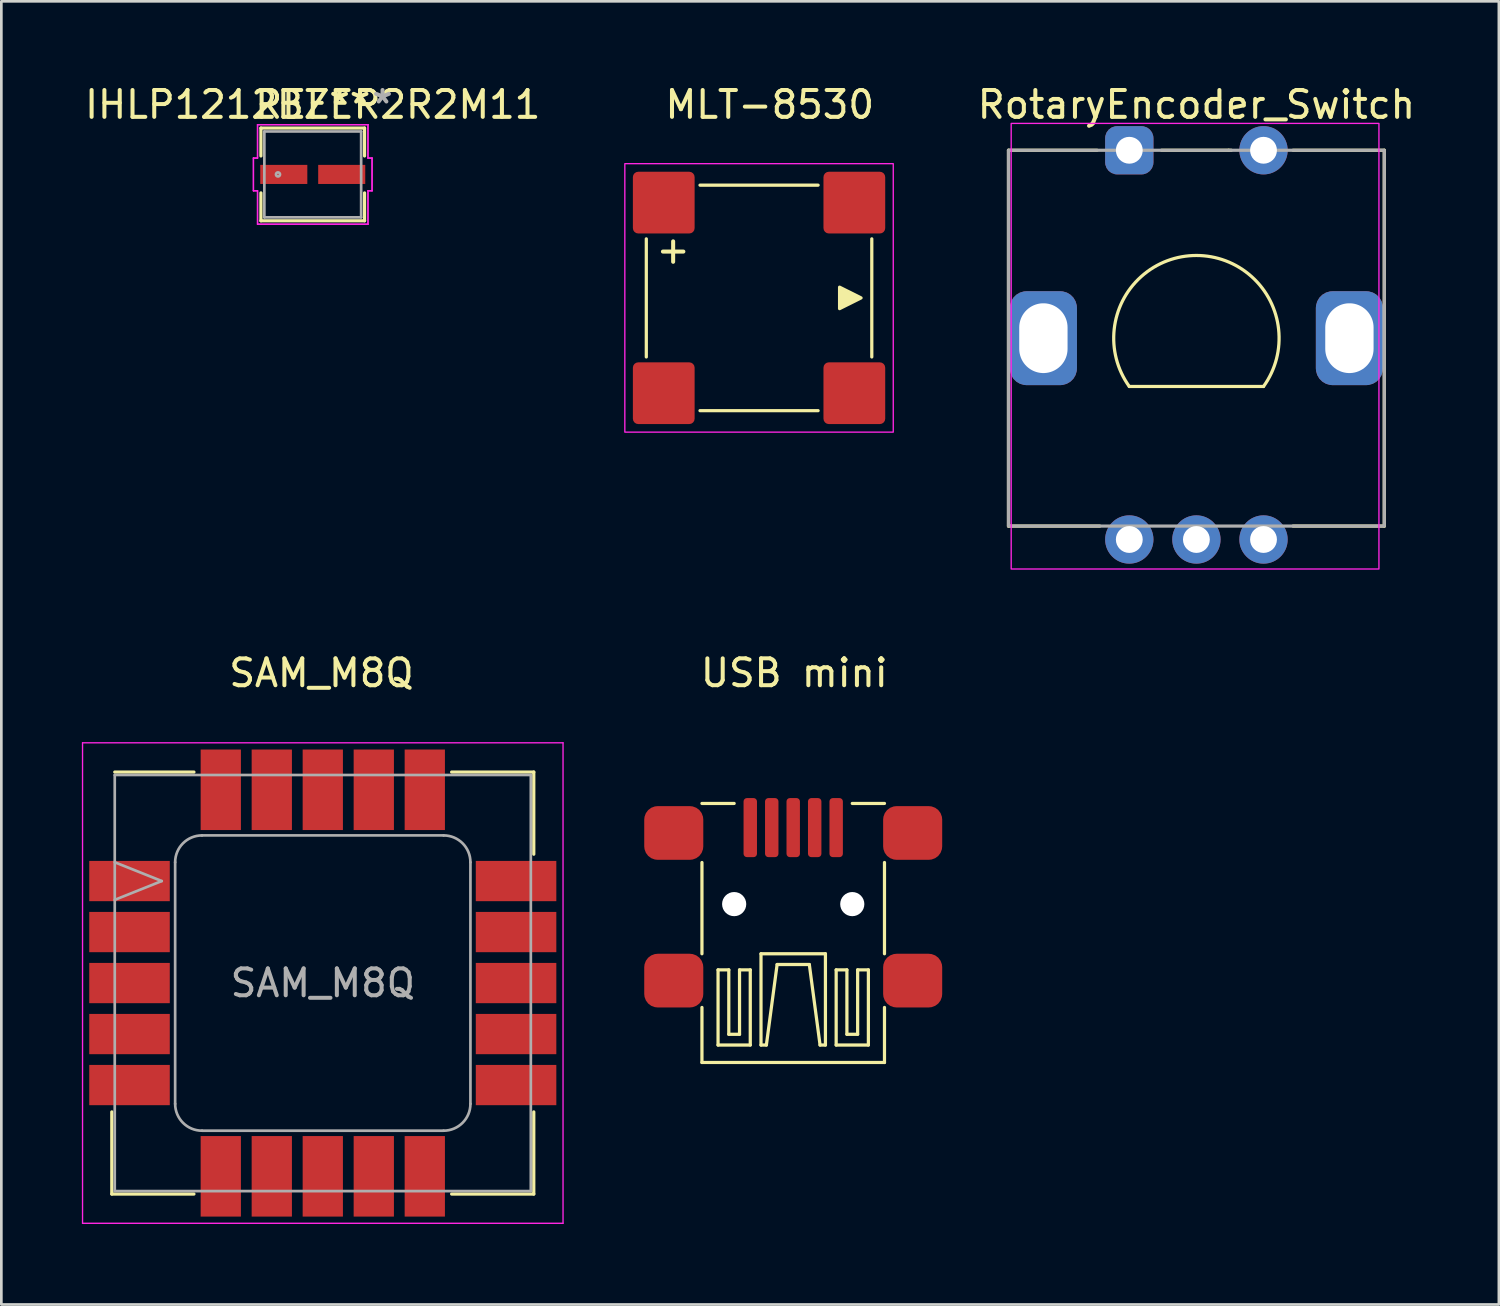
<source format=kicad_pcb>
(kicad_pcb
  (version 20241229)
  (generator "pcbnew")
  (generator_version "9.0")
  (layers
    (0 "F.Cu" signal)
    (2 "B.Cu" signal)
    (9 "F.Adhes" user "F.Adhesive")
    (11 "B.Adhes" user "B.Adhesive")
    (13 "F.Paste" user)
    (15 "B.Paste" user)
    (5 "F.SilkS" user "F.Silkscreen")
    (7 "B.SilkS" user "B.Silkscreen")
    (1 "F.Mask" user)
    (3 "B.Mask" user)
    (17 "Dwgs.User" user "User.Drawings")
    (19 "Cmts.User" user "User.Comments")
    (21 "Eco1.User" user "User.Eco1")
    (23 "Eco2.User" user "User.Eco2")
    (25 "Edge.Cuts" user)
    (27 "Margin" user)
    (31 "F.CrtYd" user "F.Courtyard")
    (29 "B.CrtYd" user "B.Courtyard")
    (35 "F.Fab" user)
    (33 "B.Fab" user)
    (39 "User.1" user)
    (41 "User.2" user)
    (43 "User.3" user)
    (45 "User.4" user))
  (footprint "MLT-8530"
    (layer "F.Cu")
    (at 25.227 8.048)
    (property "Reference" "MLT-8530" (at 0.4 -7.2 0) (unlocked yes) (layer "F.SilkS") (effects (font (size 1 1) (thickness 0.15))))
    (attr smd)
    (fp_line (start -4.2 -2.2) (end -4.2 2.2) (stroke (width 0.12) (type solid)) (layer "F.SilkS"))
    (fp_line (start -2.2 -4.2) (end 2.2 -4.2) (stroke (width 0.12) (type solid)) (layer "F.SilkS"))
    (fp_line (start 2.2 4.2) (end -2.2 4.2) (stroke (width 0.12) (type solid)) (layer "F.SilkS"))
    (fp_line (start 4.2 -2.2) (end 4.2 2.2) (stroke (width 0.12) (type solid)) (layer "F.SilkS"))
    (fp_poly (pts (xy 3.8 0) (xy 3 0.4) (xy 3 -0.4)) (stroke (width 0.12) (type solid)) (fill yes) (layer "F.SilkS"))
    (fp_rect (start -5 -5) (end 5 5) (stroke (width 0.05) (type solid)) (fill no) (layer "F.CrtYd"))
    (fp_text user "+" (at -3.2 -1.8 0) (unlocked yes) (layer "F.SilkS") (effects (font (size 1 1) (thickness 0.15))))
    (pad "1" smd roundrect (at -3.55 -3.55) (size 2.3 2.3) (layers "F.Cu" "F.Mask" "F.Paste") (roundrect_rratio 0.087))
    (pad "2" smd roundrect (at -3.55 3.55) (size 2.3 2.3) (layers "F.Cu" "F.Mask" "F.Paste") (roundrect_rratio 0.087))
    (pad "3" smd roundrect (at 3.55 3.55) (size 2.3 2.3) (layers "F.Cu" "F.Mask" "F.Paste") (roundrect_rratio 0.087))
    (pad "4" smd roundrect (at 3.55 -3.55) (size 2.3 2.3) (layers "F.Cu" "F.Mask" "F.Paste") (roundrect_rratio 0.087)))
  (footprint "RotaryEncoder_Switch"
    (layer "F.Cu")
    (at 41.52 9.548)
    (property "Reference" "RotaryEncoder_Switch" (at 0 -8.7 0) (unlocked yes) (layer "F.SilkS") (effects (font (size 1 1) (thickness 0.15))))
    (attr through_hole)
    (fp_line (start -7 -7) (end -3.7 -7) (stroke (width 0.12) (type solid)) (layer "F.SilkS"))
    (fp_line (start -7 7) (end -7 -7) (stroke (width 0.12) (type solid)) (layer "F.SilkS"))
    (fp_line (start -3.6 7) (end -7 7) (stroke (width 0.12) (type solid)) (layer "F.SilkS"))
    (fp_line (start -1.3 -7) (end 1.2 -7) (stroke (width 0.12) (type solid)) (layer "F.SilkS"))
    (fp_line (start 1.2 -7) (end 1.3 -7) (stroke (width 0.12) (type solid)) (layer "F.SilkS"))
    (fp_line (start 2.5 1.8) (end -2.5 1.8) (stroke (width 0.12) (type solid)) (layer "F.SilkS"))
    (fp_line (start 7 -7) (end 3.6 -7) (stroke (width 0.12) (type solid)) (layer "F.SilkS"))
    (fp_line (start 7 -7) (end 7 7) (stroke (width 0.12) (type solid)) (layer "F.SilkS"))
    (fp_line (start 7 7) (end 3.6 7) (stroke (width 0.12) (type solid)) (layer "F.SilkS"))
    (fp_arc (start -2.5 1.8) (mid 0 -3.080584) (end 2.5 1.8) (stroke (width 0.12) (type solid)) (layer "F.SilkS"))
    (fp_rect (start -6.9 -8) (end 6.8 8.6) (stroke (width 0.05) (type solid)) (fill no) (layer "F.CrtYd"))
    (fp_rect (start -7 -7) (end 7 7) (stroke (width 0.12) (type solid)) (fill no) (layer "F.Fab"))
    (pad "" thru_hole roundrect (at -5.7 0) (size 2.5 3.5) (drill oval 1.8 2.6) (layers "*.Cu" "*.Mask") (roundrect_rratio 0.25))
    (pad "" thru_hole roundrect (at 5.7 0) (size 2.5 3.5) (drill oval 1.8 2.6) (layers "*.Cu" "*.Mask") (roundrect_rratio 0.25))
    (pad "A" thru_hole circle (at -2.5 7.5) (size 1.8 1.8) (drill 1) (layers "*.Cu" "*.Mask"))
    (pad "B" thru_hole circle (at 2.5 7.5) (size 1.8 1.8) (drill 1) (layers "*.Cu" "*.Mask"))
    (pad "C" thru_hole circle (at 0 7.5) (size 1.8 1.8) (drill 1) (layers "*.Cu" "*.Mask"))
    (pad "S1" thru_hole roundrect (at -2.5 -7) (size 1.8 1.8) (drill 1) (layers "*.Cu" "*.Mask") (roundrect_rratio 0.25))
    (pad "S2" thru_hole circle (at 2.5 -7) (size 1.8 1.8) (drill 1) (layers "*.Cu" "*.Mask")))
  (footprint "IHLP1212BZER2R2M11"
    (layer "F.Cu")
    (at 8.601 3.448)
    (property "Reference" "IHLP1212BZER2R2M11" (at 0 -2.6 0) (layer "F.SilkS") (effects (font (size 1 1) (thickness 0.15))))
    (attr through_hole)
    (fp_line (start -1.93 -1.727) (end -1.93 -0.688) (stroke (width 0.12) (type solid)) (layer "F.SilkS"))
    (fp_line (start -1.93 0.688) (end -1.93 1.727) (stroke (width 0.12) (type solid)) (layer "F.SilkS"))
    (fp_line (start -1.93 1.727) (end 1.93 1.727) (stroke (width 0.12) (type solid)) (layer "F.SilkS"))
    (fp_line (start 1.93 -1.727) (end -1.93 -1.727) (stroke (width 0.12) (type solid)) (layer "F.SilkS"))
    (fp_line (start 1.93 -0.688) (end 1.93 -1.727) (stroke (width 0.12) (type solid)) (layer "F.SilkS"))
    (fp_line (start 1.93 1.727) (end 1.93 0.688) (stroke (width 0.12) (type solid)) (layer "F.SilkS"))
    (fp_line (start -2.21 -0.61) (end -2.057 -0.61) (stroke (width 0.05) (type solid)) (layer "F.CrtYd"))
    (fp_line (start -2.21 -0.61) (end -2.057 -0.61) (stroke (width 0.05) (type solid)) (layer "F.CrtYd"))
    (fp_line (start -2.21 0.61) (end -2.21 -0.61) (stroke (width 0.05) (type solid)) (layer "F.CrtYd"))
    (fp_line (start -2.21 0.61) (end -2.21 -0.61) (stroke (width 0.05) (type solid)) (layer "F.CrtYd"))
    (fp_line (start -2.057 -1.854) (end 2.057 -1.854) (stroke (width 0.05) (type solid)) (layer "F.CrtYd"))
    (fp_line (start -2.057 -1.854) (end 2.057 -1.854) (stroke (width 0.05) (type solid)) (layer "F.CrtYd"))
    (fp_line (start -2.057 -0.61) (end -2.057 -1.854) (stroke (width 0.05) (type solid)) (layer "F.CrtYd"))
    (fp_line (start -2.057 -0.61) (end -2.057 -1.854) (stroke (width 0.05) (type solid)) (layer "F.CrtYd"))
    (fp_line (start -2.057 0.61) (end -2.21 0.61) (stroke (width 0.05) (type solid)) (layer "F.CrtYd"))
    (fp_line (start -2.057 0.61) (end -2.21 0.61) (stroke (width 0.05) (type solid)) (layer "F.CrtYd"))
    (fp_line (start -2.057 1.854) (end -2.057 0.61) (stroke (width 0.05) (type solid)) (layer "F.CrtYd"))
    (fp_line (start -2.057 1.854) (end -2.057 0.61) (stroke (width 0.05) (type solid)) (layer "F.CrtYd"))
    (fp_line (start 2.057 -1.854) (end 2.057 -0.61) (stroke (width 0.05) (type solid)) (layer "F.CrtYd"))
    (fp_line (start 2.057 -1.854) (end 2.057 -0.61) (stroke (width 0.05) (type solid)) (layer "F.CrtYd"))
    (fp_line (start 2.057 -0.61) (end 2.21 -0.61) (stroke (width 0.05) (type solid)) (layer "F.CrtYd"))
    (fp_line (start 2.057 -0.61) (end 2.21 -0.61) (stroke (width 0.05) (type solid)) (layer "F.CrtYd"))
    (fp_line (start 2.057 0.61) (end 2.057 1.854) (stroke (width 0.05) (type solid)) (layer "F.CrtYd"))
    (fp_line (start 2.057 0.61) (end 2.057 1.854) (stroke (width 0.05) (type solid)) (layer "F.CrtYd"))
    (fp_line (start 2.057 1.854) (end -2.057 1.854) (stroke (width 0.05) (type solid)) (layer "F.CrtYd"))
    (fp_line (start 2.057 1.854) (end -2.057 1.854) (stroke (width 0.05) (type solid)) (layer "F.CrtYd"))
    (fp_line (start 2.21 -0.61) (end 2.21 0.61) (stroke (width 0.05) (type solid)) (layer "F.CrtYd"))
    (fp_line (start 2.21 -0.61) (end 2.21 0.61) (stroke (width 0.05) (type solid)) (layer "F.CrtYd"))
    (fp_line (start 2.21 0.61) (end 2.057 0.61) (stroke (width 0.05) (type solid)) (layer "F.CrtYd"))
    (fp_line (start 2.21 0.61) (end 2.057 0.61) (stroke (width 0.05) (type solid)) (layer "F.CrtYd"))
    (fp_line (start -1.803 -1.6) (end -1.803 1.6) (stroke (width 0.1) (type solid)) (layer "F.Fab"))
    (fp_line (start -1.803 1.6) (end 1.803 1.6) (stroke (width 0.1) (type solid)) (layer "F.Fab"))
    (fp_line (start 1.803 -1.6) (end -1.803 -1.6) (stroke (width 0.1) (type solid)) (layer "F.Fab"))
    (fp_line (start 1.803 1.6) (end 1.803 -1.6) (stroke (width 0.1) (type solid)) (layer "F.Fab"))
    (fp_circle (center -1.295 0) (end -1.219 0) (stroke (width 0.1) (type solid)) (fill no) (layer "F.Fab"))
    (fp_text user "REF**" (at 0 -2.6 0) (layer "F.SilkS") (effects (font (size 1 1) (thickness 0.15))))
    (fp_text user "*" (at 2.6 -2.6 0) (layer "F.Fab") (effects (font (size 1 1) (thickness 0.15))))
    (pad "1" smd rect (at -1.079 0 90) (size 0.711 1.753) (layers "F.Cu" "F.Mask" "F.Paste"))
    (pad "2" smd rect (at 1.079 0 90) (size 0.711 1.753) (layers "F.Cu" "F.Mask" "F.Paste")))
  (footprint "USB mini"
    (layer "F.Cu")
    (at 26.5 33.481)
    (property "Reference" "USB mini" (at 0.04 -11.46 0) (unlocked yes) (layer "F.SilkS") (effects (font (size 1 1) (thickness 0.15))))
    (attr smd)
    (fp_line (start -3.4 -6.6) (end -2.2 -6.6) (stroke (width 0.12) (type solid)) (layer "F.SilkS"))
    (fp_line (start -3.4 -1) (end -3.4 -4.4) (stroke (width 0.12) (type solid)) (layer "F.SilkS"))
    (fp_line (start -3.4 3.05) (end -3.4 1) (stroke (width 0.12) (type solid)) (layer "F.SilkS"))
    (fp_line (start -3.4 3.05) (end 3.4 3.05) (stroke (width 0.12) (type solid)) (layer "F.SilkS"))
    (fp_line (start -2.8 -0.4) (end -2.8 2.4) (stroke (width 0.12) (type solid)) (layer "F.SilkS"))
    (fp_line (start -2.8 2.4) (end -1.6 2.4) (stroke (width 0.12) (type solid)) (layer "F.SilkS"))
    (fp_line (start -2.4 -0.4) (end -2.8 -0.4) (stroke (width 0.12) (type solid)) (layer "F.SilkS"))
    (fp_line (start -2.4 2) (end -2.4 -0.4) (stroke (width 0.12) (type solid)) (layer "F.SilkS"))
    (fp_line (start -2 -0.4) (end -2 2) (stroke (width 0.12) (type solid)) (layer "F.SilkS"))
    (fp_line (start -2 2) (end -2.4 2) (stroke (width 0.12) (type solid)) (layer "F.SilkS"))
    (fp_line (start -1.6 -0.4) (end -2 -0.4) (stroke (width 0.12) (type solid)) (layer "F.SilkS"))
    (fp_line (start -1.6 2.4) (end -1.6 -0.4) (stroke (width 0.12) (type solid)) (layer "F.SilkS"))
    (fp_line (start -1.2 -1) (end 1.2 -1) (stroke (width 0.12) (type solid)) (layer "F.SilkS"))
    (fp_line (start -1.2 2.4) (end -1.2 -1) (stroke (width 0.12) (type solid)) (layer "F.SilkS"))
    (fp_line (start -1 2.4) (end -1.2 2.4) (stroke (width 0.12) (type solid)) (layer "F.SilkS"))
    (fp_line (start -0.6 -0.6) (end -1 2.4) (stroke (width 0.12) (type solid)) (layer "F.SilkS"))
    (fp_line (start 0.6 -0.6) (end -0.6 -0.6) (stroke (width 0.12) (type solid)) (layer "F.SilkS"))
    (fp_line (start 1 2.4) (end 0.6 -0.6) (stroke (width 0.12) (type solid)) (layer "F.SilkS"))
    (fp_line (start 1.2 -1) (end 1.2 2.4) (stroke (width 0.12) (type solid)) (layer "F.SilkS"))
    (fp_line (start 1.2 2.4) (end 1 2.4) (stroke (width 0.12) (type solid)) (layer "F.SilkS"))
    (fp_line (start 1.6 -0.4) (end 1.6 2.4) (stroke (width 0.12) (type solid)) (layer "F.SilkS"))
    (fp_line (start 1.6 2.4) (end 2.8 2.4) (stroke (width 0.12) (type solid)) (layer "F.SilkS"))
    (fp_line (start 2 -0.4) (end 1.6 -0.4) (stroke (width 0.12) (type solid)) (layer "F.SilkS"))
    (fp_line (start 2 2) (end 2 -0.4) (stroke (width 0.12) (type solid)) (layer "F.SilkS"))
    (fp_line (start 2.4 -0.4) (end 2.4 2) (stroke (width 0.12) (type solid)) (layer "F.SilkS"))
    (fp_line (start 2.4 2) (end 2 2) (stroke (width 0.12) (type solid)) (layer "F.SilkS"))
    (fp_line (start 2.8 -0.4) (end 2.4 -0.4) (stroke (width 0.12) (type solid)) (layer "F.SilkS"))
    (fp_line (start 2.8 2.4) (end 2.8 -0.4) (stroke (width 0.12) (type solid)) (layer "F.SilkS"))
    (fp_line (start 3.4 -6.6) (end 2.2 -6.6) (stroke (width 0.12) (type solid)) (layer "F.SilkS"))
    (fp_line (start 3.4 -1) (end 3.4 -4.4) (stroke (width 0.12) (type solid)) (layer "F.SilkS"))
    (fp_line (start 3.4 3.05) (end 3.4 1) (stroke (width 0.12) (type solid)) (layer "F.SilkS"))
    (pad "" np_thru_hole circle (at -2.2 -2.85) (size 0.9 0.9) (drill 0.9) (layers "*.Cu" "*.Mask"))
    (pad "" np_thru_hole circle (at 2.2 -2.85) (size 0.9 0.9) (drill 0.9) (layers "*.Cu" "*.Mask"))
    (pad "1" smd roundrect (at -1.6 -5.7) (size 0.5 2.2) (layers "F.Cu" "F.Mask" "F.Paste") (roundrect_rratio 0.25))
    (pad "2" smd roundrect (at -0.8 -5.7) (size 0.5 2.2) (layers "F.Cu" "F.Mask" "F.Paste") (roundrect_rratio 0.25))
    (pad "3" smd roundrect (at 0 -5.7) (size 0.5 2.2) (layers "F.Cu" "F.Mask" "F.Paste") (roundrect_rratio 0.25))
    (pad "4" smd roundrect (at 0.8 -5.7) (size 0.5 2.2) (layers "F.Cu" "F.Mask" "F.Paste") (roundrect_rratio 0.25))
    (pad "5" smd roundrect (at 1.6 -5.7) (size 0.5 2.2) (layers "F.Cu" "F.Mask" "F.Paste") (roundrect_rratio 0.25))
    (pad "6" smd roundrect (at -4.45 -5.5 90) (size 2 2.2) (layers "F.Cu" "F.Mask" "F.Paste") (roundrect_rratio 0.25))
    (pad "6" smd roundrect (at -4.45 0 90) (size 2 2.2) (layers "F.Cu" "F.Mask" "F.Paste") (roundrect_rratio 0.25))
    (pad "6" smd roundrect (at 4.45 -5.5 90) (size 2 2.2) (layers "F.Cu" "F.Mask" "F.Paste") (roundrect_rratio 0.25))
    (pad "6" smd roundrect (at 4.45 0 90) (size 2 2.2) (layers "F.Cu" "F.Mask" "F.Paste") (roundrect_rratio 0.25)))
  (footprint "SAM_M8Q"
    (layer "F.Cu")
    (at 9.225 33.572)
    (property "Reference" "SAM_M8Q" (at -0.3 -11.55 0) (unlocked yes) (layer "F.SilkS") (effects (font (size 1 1) (thickness 0.15))))
    (attr smd)
    (fp_line (start -8.11 4.8) (end -8.11 7.86) (stroke (width 0.12) (type solid)) (layer "F.SilkS"))
    (fp_line (start -8.11 7.86) (end -5.05 7.86) (stroke (width 0.12) (type solid)) (layer "F.SilkS"))
    (fp_line (start -8 -7.86) (end -5.05 -7.86) (stroke (width 0.12) (type solid)) (layer "F.SilkS"))
    (fp_line (start 4.55 -7.86) (end 7.61 -7.86) (stroke (width 0.12) (type solid)) (layer "F.SilkS"))
    (fp_line (start 4.55 7.86) (end 7.61 7.86) (stroke (width 0.12) (type solid)) (layer "F.SilkS"))
    (fp_line (start 7.61 -7.86) (end 7.61 -4.8) (stroke (width 0.12) (type solid)) (layer "F.SilkS"))
    (fp_line (start 7.61 4.8) (end 7.61 7.86) (stroke (width 0.12) (type solid)) (layer "F.SilkS"))
    (fp_line (start -9.2 -8.95) (end -9.2 8.95) (stroke (width 0.05) (type solid)) (layer "F.CrtYd"))
    (fp_line (start -9.2 8.95) (end 8.7 8.95) (stroke (width 0.05) (type solid)) (layer "F.CrtYd"))
    (fp_line (start 8.7 -8.95) (end -9.2 -8.95) (stroke (width 0.05) (type solid)) (layer "F.CrtYd"))
    (fp_line (start 8.7 8.95) (end 8.7 -8.95) (stroke (width 0.05) (type solid)) (layer "F.CrtYd"))
    (fp_line (start -8 -7.75) (end 7.5 -7.75) (stroke (width 0.1) (type solid)) (layer "F.Fab"))
    (fp_line (start -8 7.75) (end -8 -7.75) (stroke (width 0.1) (type solid)) (layer "F.Fab"))
    (fp_line (start -6.25 -3.8) (end -8 -4.5) (stroke (width 0.1) (type solid)) (layer "F.Fab"))
    (fp_line (start -6.25 -3.8) (end -8 -3.1) (stroke (width 0.1) (type solid)) (layer "F.Fab"))
    (fp_line (start -5.75 -4.5) (end -5.75 4.5) (stroke (width 0.1) (type solid)) (layer "F.Fab"))
    (fp_line (start -4.75 5.5) (end 4.25 5.5) (stroke (width 0.1) (type solid)) (layer "F.Fab"))
    (fp_line (start 4.25 -5.5) (end -4.75 -5.5) (stroke (width 0.1) (type solid)) (layer "F.Fab"))
    (fp_line (start 5.25 4.5) (end 5.25 -4.5) (stroke (width 0.1) (type solid)) (layer "F.Fab"))
    (fp_line (start 7.5 -7.75) (end 7.5 7.75) (stroke (width 0.1) (type solid)) (layer "F.Fab"))
    (fp_line (start 7.5 7.75) (end -8 7.75) (stroke (width 0.1) (type solid)) (layer "F.Fab"))
    (fp_arc (start -5.75 -4.5) (mid -5.457107 -5.207107) (end -4.75 -5.5) (stroke (width 0.1) (type solid)) (layer "F.Fab"))
    (fp_arc (start -4.75 5.5) (mid -5.457107 5.207107) (end -5.75 4.5) (stroke (width 0.1) (type solid)) (layer "F.Fab"))
    (fp_arc (start 4.25 -5.5) (mid 4.957107 -5.207107) (end 5.25 -4.5) (stroke (width 0.1) (type solid)) (layer "F.Fab"))
    (fp_arc (start 5.25 4.5) (mid 4.957107 5.207107) (end 4.25 5.5) (stroke (width 0.1) (type solid)) (layer "F.Fab"))
    (fp_text user "${REFERENCE}" (at -0.25 0 0) (layer "F.Fab") (effects (font (size 1 1) (thickness 0.15))))
    (pad "1" smd rect (at -7.45 -3.8) (size 3 1.5) (layers "F.Cu" "F.Mask" "F.Paste"))
    (pad "2" smd rect (at -7.45 -1.9) (size 3 1.5) (layers "F.Cu" "F.Mask" "F.Paste"))
    (pad "3" smd rect (at -7.45 0) (size 3 1.5) (layers "F.Cu" "F.Mask" "F.Paste"))
    (pad "4" smd rect (at -7.45 1.9) (size 3 1.5) (layers "F.Cu" "F.Mask" "F.Paste"))
    (pad "5" smd rect (at -7.45 3.8) (size 3 1.5) (layers "F.Cu" "F.Mask" "F.Paste"))
    (pad "6" smd rect (at -4.05 7.2) (size 1.5 3) (layers "F.Cu" "F.Mask" "F.Paste"))
    (pad "7" smd rect (at -2.15 7.2) (size 1.5 3) (layers "F.Cu" "F.Mask" "F.Paste"))
    (pad "8" smd rect (at -0.25 7.2) (size 1.5 3) (layers "F.Cu" "F.Mask" "F.Paste"))
    (pad "9" smd rect (at 1.65 7.2) (size 1.5 3) (layers "F.Cu" "F.Mask" "F.Paste"))
    (pad "10" smd rect (at 3.55 7.2) (size 1.5 3) (layers "F.Cu" "F.Mask" "F.Paste"))
    (pad "11" smd rect (at 6.95 3.8) (size 3 1.5) (layers "F.Cu" "F.Mask" "F.Paste"))
    (pad "12" smd rect (at 6.95 1.9) (size 3 1.5) (layers "F.Cu" "F.Mask" "F.Paste"))
    (pad "13" smd rect (at 6.95 0) (size 3 1.5) (layers "F.Cu" "F.Mask" "F.Paste"))
    (pad "14" smd rect (at 6.95 -1.9) (size 3 1.5) (layers "F.Cu" "F.Mask" "F.Paste"))
    (pad "15" smd rect (at 6.95 -3.8) (size 3 1.5) (layers "F.Cu" "F.Mask" "F.Paste"))
    (pad "16" smd rect (at 3.55 -7.2) (size 1.5 3) (layers "F.Cu" "F.Mask" "F.Paste"))
    (pad "17" smd rect (at 1.65 -7.2) (size 1.5 3) (layers "F.Cu" "F.Mask" "F.Paste"))
    (pad "18" smd rect (at -0.25 -7.2) (size 1.5 3) (layers "F.Cu" "F.Mask" "F.Paste"))
    (pad "19" smd rect (at -2.15 -7.2) (size 1.5 3) (layers "F.Cu" "F.Mask" "F.Paste"))
    (pad "20" smd rect (at -4.05 -7.2) (size 1.5 3) (layers "F.Cu" "F.Mask" "F.Paste")))
  (gr_rect
    (start -3 -3)
    (end 52.788 45.547)
    (stroke (width 0.1) (type default))
    (fill no)
    (layer "Edge.Cuts")))
</source>
